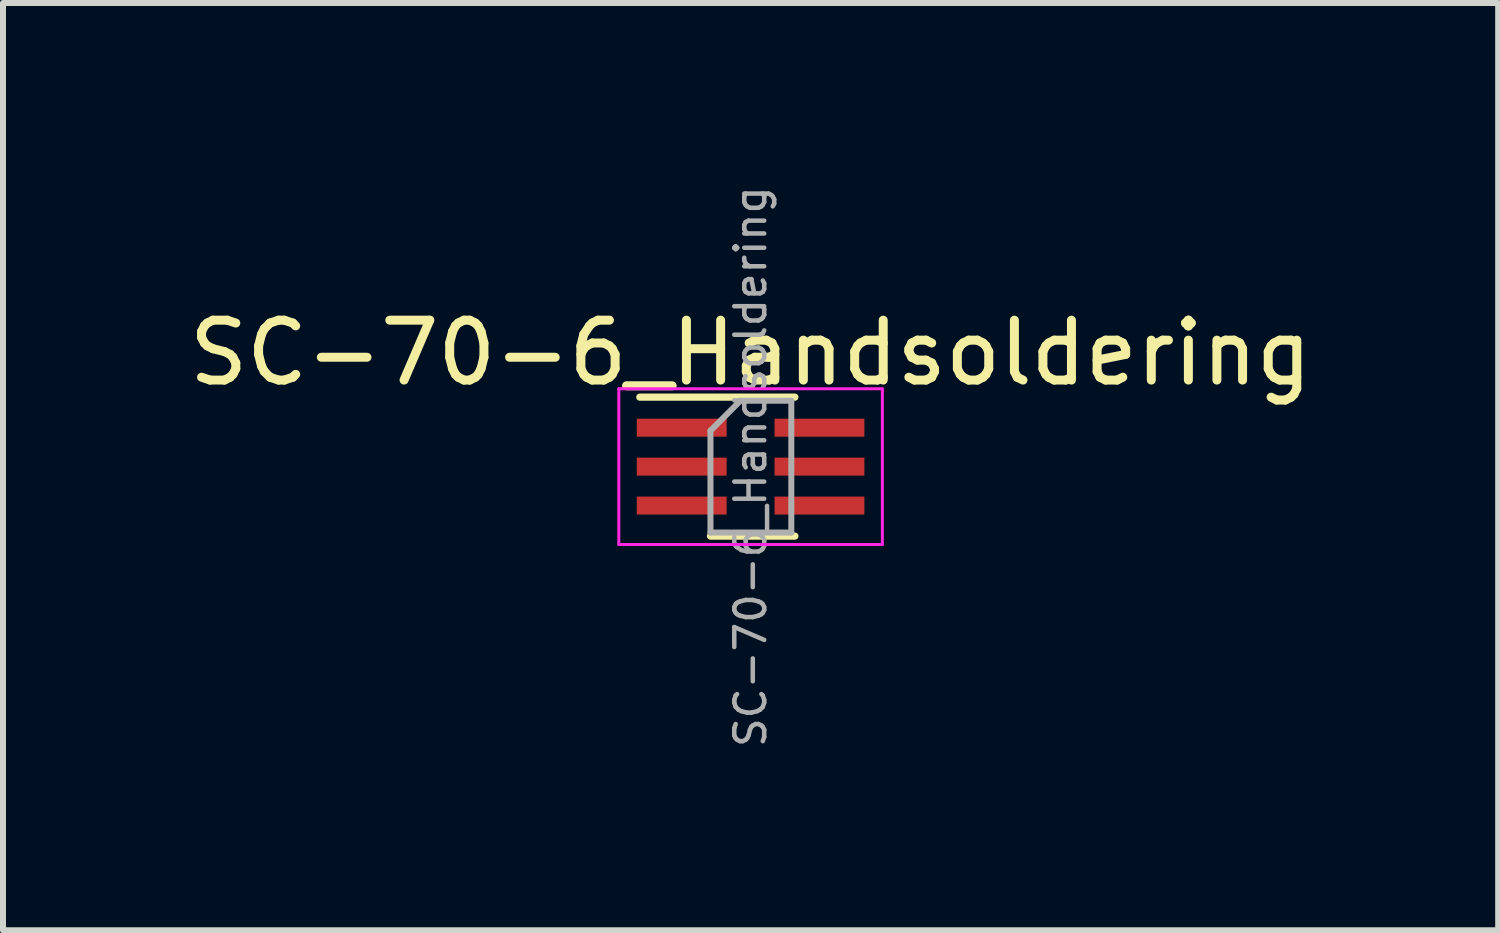
<source format=kicad_pcb>
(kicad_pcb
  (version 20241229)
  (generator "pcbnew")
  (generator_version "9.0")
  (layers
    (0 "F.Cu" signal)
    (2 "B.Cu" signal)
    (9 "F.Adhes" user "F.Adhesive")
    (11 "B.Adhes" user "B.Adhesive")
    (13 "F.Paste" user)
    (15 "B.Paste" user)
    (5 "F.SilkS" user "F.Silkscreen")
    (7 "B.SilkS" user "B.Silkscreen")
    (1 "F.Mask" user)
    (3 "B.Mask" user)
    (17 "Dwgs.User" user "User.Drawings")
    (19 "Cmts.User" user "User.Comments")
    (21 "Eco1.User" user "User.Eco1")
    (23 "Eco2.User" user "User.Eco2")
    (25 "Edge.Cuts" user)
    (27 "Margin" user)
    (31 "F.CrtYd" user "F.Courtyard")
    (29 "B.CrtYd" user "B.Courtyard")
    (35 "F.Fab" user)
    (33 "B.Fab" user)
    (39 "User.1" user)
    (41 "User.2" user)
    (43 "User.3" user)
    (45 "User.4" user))
  (footprint "SC-70-6_Handsoldering"
    (layer "F.Cu")
    (at 9.482 4.741)
    (property "Reference" "SC-70-6_Handsoldering" (at 0 -1.9 0) (layer "F.SilkS") (effects (font (size 1 1) (thickness 0.15))))
    (attr smd)
    (fp_line (start -0.67 1.16) (end 0.74 1.16) (stroke (width 0.12) (type solid)) (layer "F.SilkS"))
    (fp_line (start 0.74 -1.16) (end -1.85 -1.16) (stroke (width 0.12) (type solid)) (layer "F.SilkS"))
    (fp_line (start -2.2 -1.3) (end 2.2 -1.3) (stroke (width 0.05) (type solid)) (layer "F.CrtYd"))
    (fp_line (start -2.2 1.3) (end -2.2 -1.3) (stroke (width 0.05) (type solid)) (layer "F.CrtYd"))
    (fp_line (start 2.2 -1.3) (end 2.2 1.3) (stroke (width 0.05) (type solid)) (layer "F.CrtYd"))
    (fp_line (start 2.2 1.3) (end -2.2 1.3) (stroke (width 0.05) (type solid)) (layer "F.CrtYd"))
    (fp_line (start -0.67 -0.6) (end -0.67 1.1) (stroke (width 0.1) (type solid)) (layer "F.Fab"))
    (fp_line (start -0.17 -1.1) (end -0.67 -0.6) (stroke (width 0.1) (type solid)) (layer "F.Fab"))
    (fp_line (start 0.68 -1.1) (end -0.17 -1.1) (stroke (width 0.1) (type solid)) (layer "F.Fab"))
    (fp_line (start 0.68 -1.1) (end 0.68 1.1) (stroke (width 0.1) (type solid)) (layer "F.Fab"))
    (fp_line (start 0.68 1.1) (end -0.67 1.1) (stroke (width 0.1) (type solid)) (layer "F.Fab"))
    (fp_text user "${REFERENCE}" (at 0 0 90) (layer "F.Fab") (effects (font (size 0.5 0.5) (thickness 0.075))))
    (pad "1" smd rect (at -1.15 -0.65 270) (size 0.3 1.5) (layers "F.Cu" "F.Mask" "F.Paste"))
    (pad "2" smd rect (at -1.15 0 270) (size 0.3 1.5) (layers "F.Cu" "F.Mask" "F.Paste"))
    (pad "3" smd rect (at -1.15 0.65 270) (size 0.3 1.5) (layers "F.Cu" "F.Mask" "F.Paste"))
    (pad "4" smd rect (at 1.15 0.65 270) (size 0.3 1.5) (layers "F.Cu" "F.Mask" "F.Paste"))
    (pad "5" smd rect (at 1.15 0 270) (size 0.3 1.5) (layers "F.Cu" "F.Mask" "F.Paste"))
    (pad "6" smd rect (at 1.15 -0.65 270) (size 0.3 1.5) (layers "F.Cu" "F.Mask" "F.Paste")))
  (gr_rect
    (start -3 -3)
    (end 21.964 12.482)
    (stroke (width 0.1) (type default))
    (fill no)
    (layer "Edge.Cuts")))
</source>
